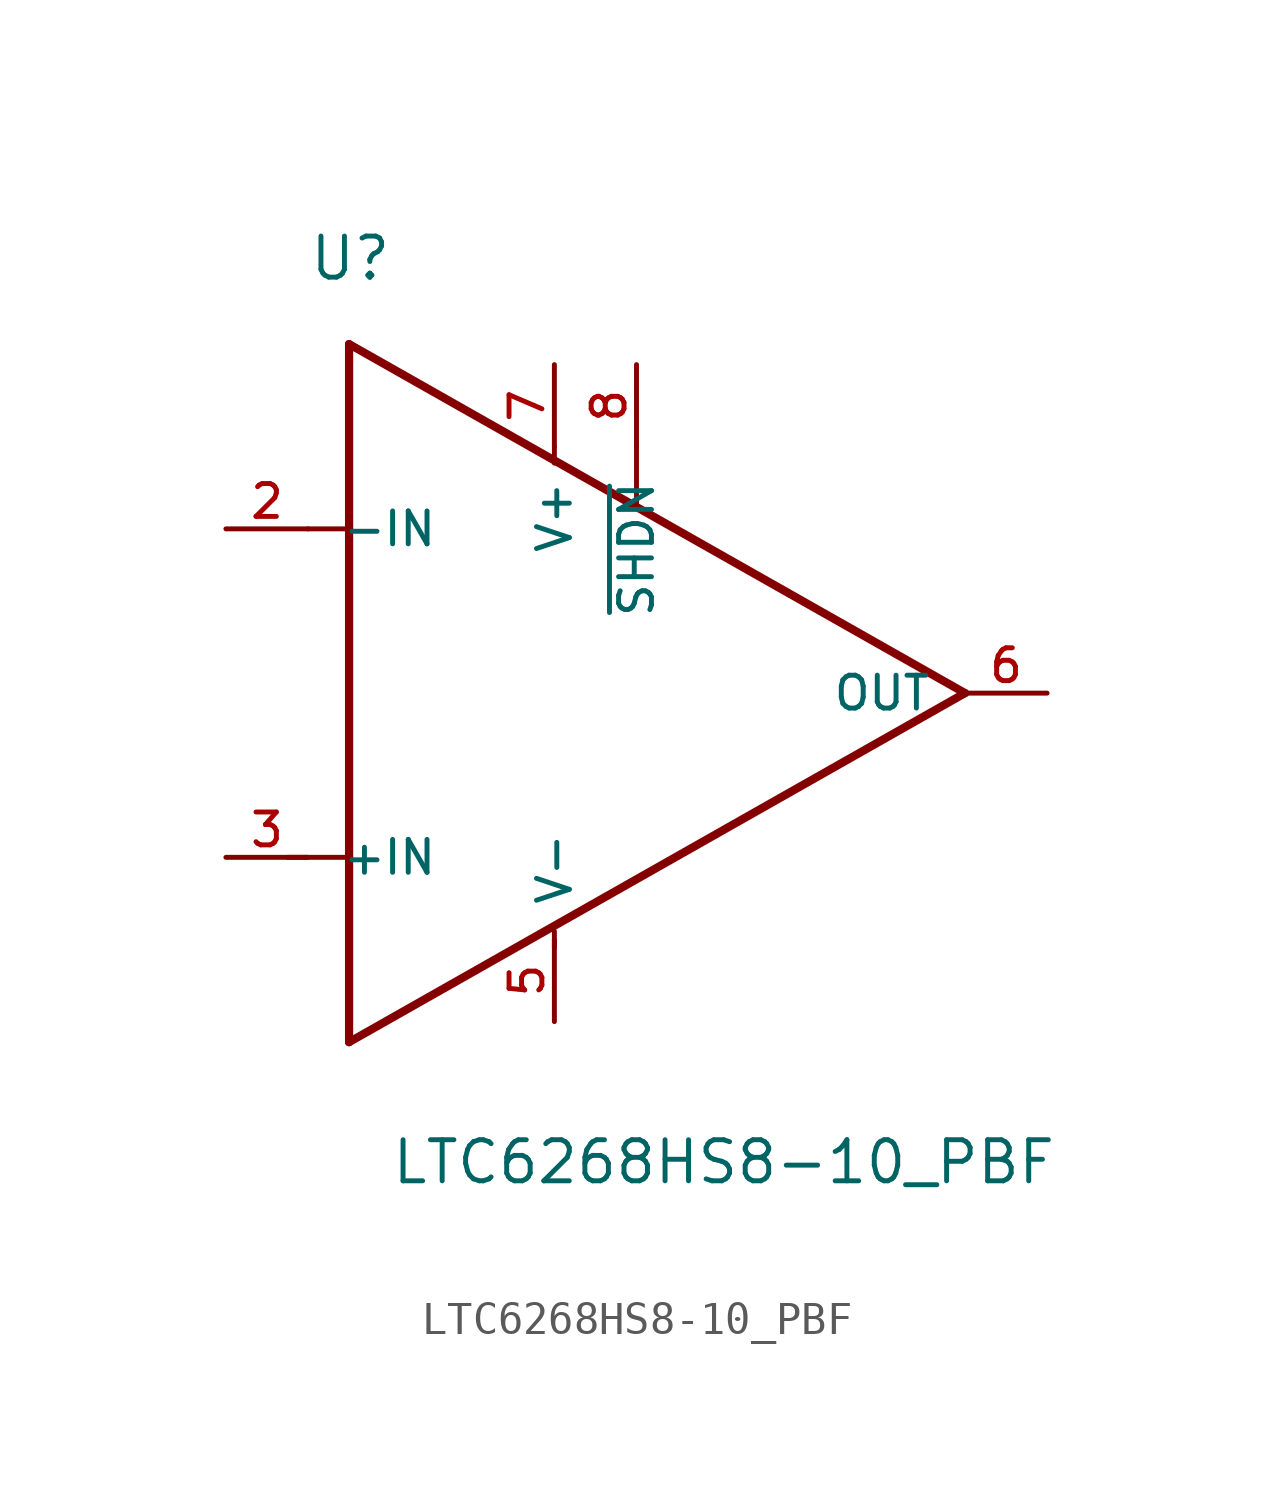
<source format=kicad_sym>
(kicad_symbol_lib
  (version 20211014)
  (generator kicad_symbol_editor)
  (symbol "LTC6268HS8-10_PBF"
    (pin_names
      (offset 1.016))
    (property "Reference" "U"
      (at -7.622 12.703 0)
      (effects (font (size 1.27 1.27)) (justify bottom left)))
    (property "Value" "LTC6268HS8-10_PBF"
      (at -5.083 -15.248 0)
      (effects (font (size 1.27 1.27)) (justify bottom left)))
    (symbol "LTC6268HS8-10_PBF_0_0"
      (polyline (pts (xy -6.35 10.795) (xy -6.35 5.08)) (stroke (width 0.254)))
      (polyline (pts (xy -6.35 5.08) (xy -6.35 -5.08)) (stroke (width 0.254)))
      (polyline (pts (xy -6.35 -5.08) (xy -6.35 -10.795)) (stroke (width 0.254)))
      (polyline (pts (xy -6.35 -10.795) (xy 12.7 0.0)) (stroke (width 0.254)))
      (polyline (pts (xy 12.7 0.0) (xy -6.35 10.795)) (stroke (width 0.254)))
      (polyline (pts (xy -7.62 5.08) (xy -6.35 5.08)) (stroke (width 0.152)))
      (polyline (pts (xy -6.35 -5.08) (xy -8.255 -5.08)) (stroke (width 0.152)))
      (polyline (pts (xy 2.54 7.62) (xy 2.54 5.842)) (stroke (width 0.152)))
      (polyline (pts (xy 0.0 7.62) (xy 0.0 7.112)) (stroke (width 0.152)))
      (polyline (pts (xy 0.0 -7.366) (xy 0.0 -7.874)) (stroke (width 0.152)))
      (pin input line (at -10.16 5.08 0) (length 2.54) (name "-IN" (effects (font (size 1.016 1.016)))) (number "2" (effects (font (size 1.016 1.016)))))
      (pin input line (at -10.16 -5.08 0) (length 2.54) (name "+IN" (effects (font (size 1.016 1.016)))) (number "3" (effects (font (size 1.016 1.016)))))
      (pin power_in line (at 0.0 -10.16 90.0) (length 2.54) (name "V-" (effects (font (size 1.016 1.016)))) (number "5" (effects (font (size 1.016 1.016)))))
      (pin power_in line (at 0.0 10.16 270.0) (length 2.54) (name "V+" (effects (font (size 1.016 1.016)))) (number "7" (effects (font (size 1.016 1.016)))))
      (pin output line (at 15.24 0.0 180.0) (length 2.54) (name "OUT" (effects (font (size 1.016 1.016)))) (number "6" (effects (font (size 1.016 1.016)))))
      (pin bidirectional line (at 2.54 10.16 270.0) (length 2.54) (name "~{SHDN}" (effects (font (size 1.016 1.016)))) (number "8" (effects (font (size 1.016 1.016))))))))
</source>
